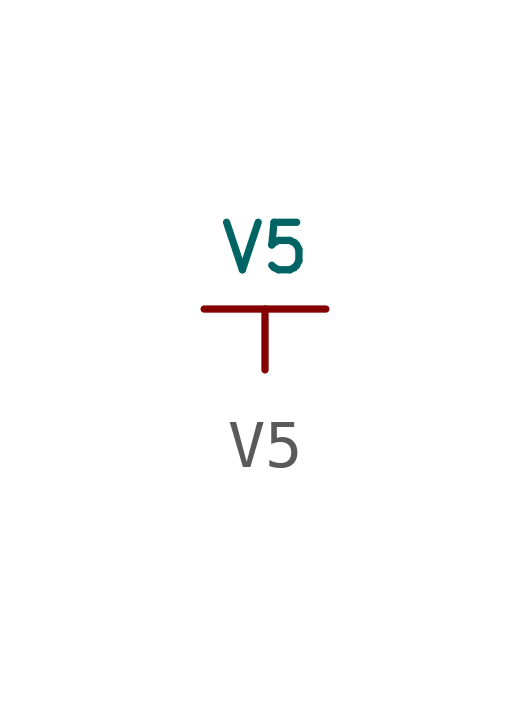
<source format=kicad_sym>
(kicad_symbol_lib
  (version 20220914)
  (generator kicad_symbol_editor)
  (symbol "V5"
    (power)
    (pin_numbers hide)
    (pin_names
      (offset 0) hide)
    (property "Reference" "#PWR"
      (at 0 -2.54 0)
      (effects (font (size 1.524 1.524)) hide))
    (property "Value" "V5"
      (at 0 1.27 0)
      (effects (font (size 0.991 0.991))))
    (property "Footprint" ""
      (at 0 0 0)
      (effects (font (size 1.524 1.524))))
    (property "Datasheet" ""
      (at 0 0 0)
      (effects (font (size 1.524 1.524))))
    (symbol "V5_0_1"
      (polyline (pts (xy -1.27 0) (xy 1.27 0)) (stroke (width 0) (type default)) (fill (type none))))
    (symbol "V5_1_1"
      (pin power_in line (at 0 -1.27 90) (length 1.27) (name "V5" (effects (font (size 1.27 1.27)))) (number "1" (effects (font (size 1.27 1.27))))))))
</source>
